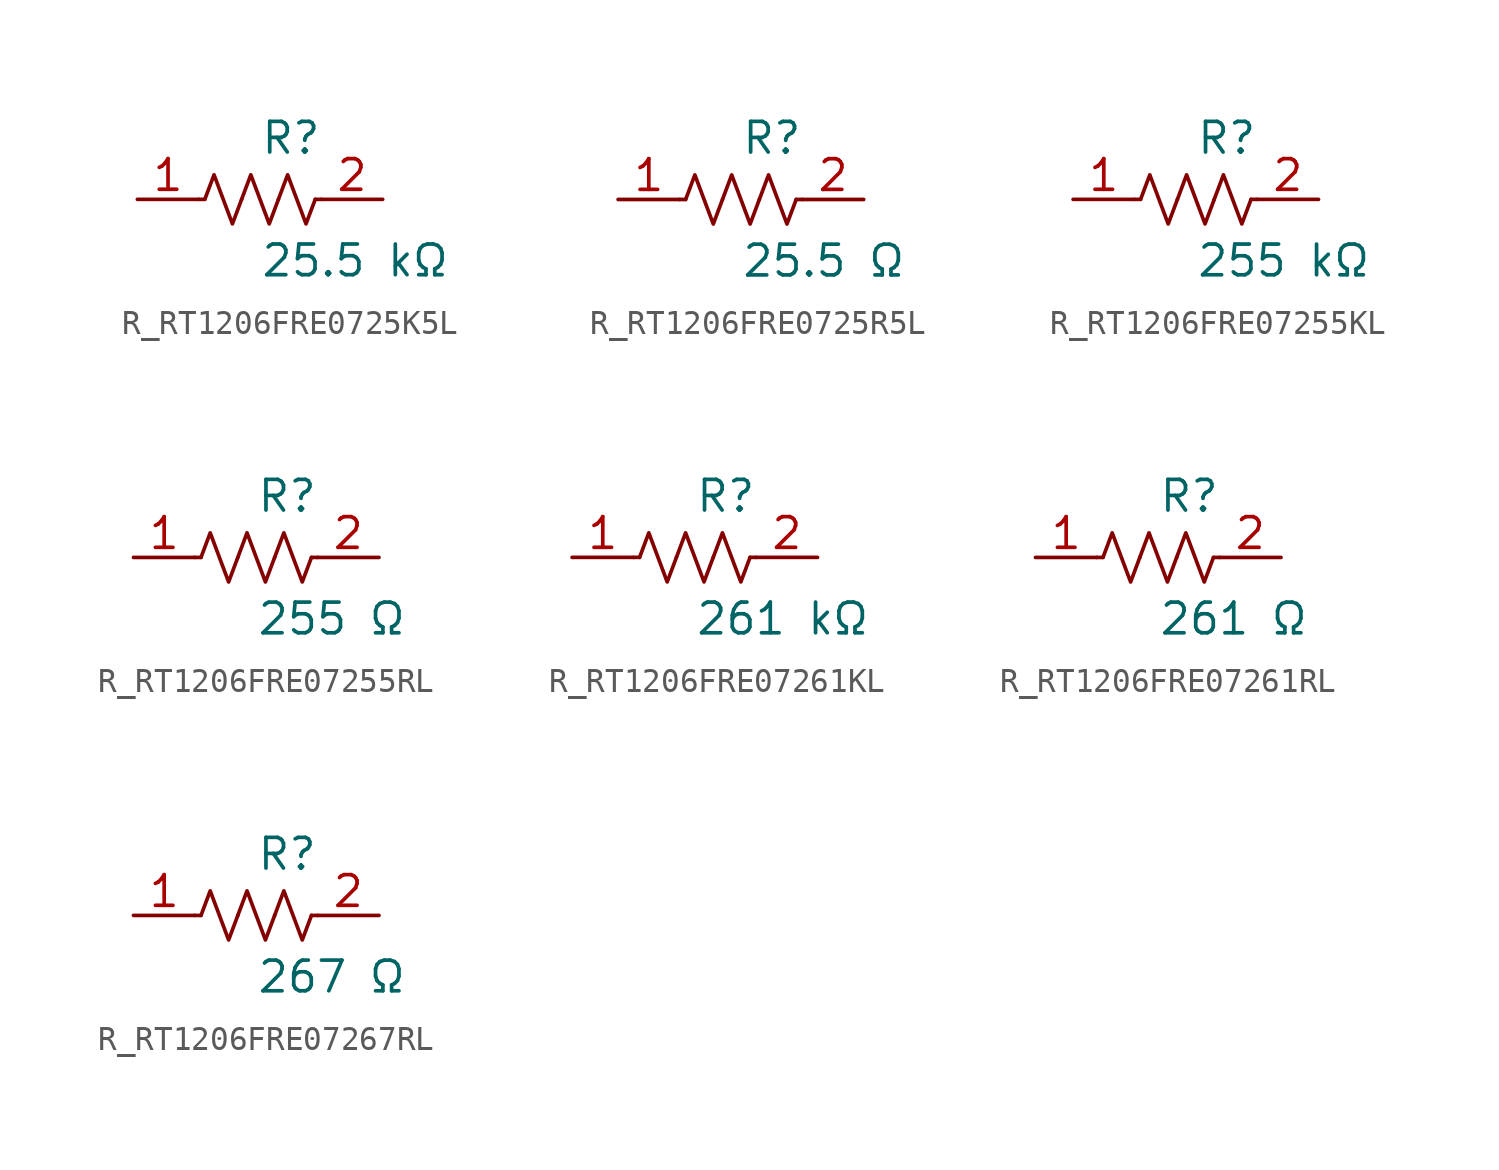
<source format=kicad_sym>
(kicad_symbol_lib
  (version 20231120)
  (generator kicad_symbol_editor)
  (generator_version 8.0)
  (symbol "R_RT1206FRE0725K5L"
    (pin_names
      (offset 0.254))
    (property "Reference" "R"
      (at 0 2.54 0)
      (effects (font (size 1.27 1.27)) (justify left)))
    (property "Value" "25.5 kΩ"
      (at 0 -2.54 0)
      (effects (font (size 1.27 1.27)) (justify left)))
    (symbol "R_RT1206FRE0725K5L_0_1"
      (polyline (pts (xy 2.286 0) (xy 2.54 0)) (stroke (width 0) (type default)) (fill (type none)))
      (polyline (pts (xy -2.286 0) (xy -2.54 0)) (stroke (width 0) (type default)) (fill (type none)))
      (polyline (pts (xy 0.762 0) (xy 1.143 1.016) (xy 1.524 0) (xy 1.905 -1.016) (xy 2.286 0)) (stroke (width 0) (type default)) (fill (type none)))
      (polyline (pts (xy -0.762 0) (xy -0.381 1.016) (xy 0 0) (xy 0.381 -1.016) (xy 0.762 0)) (stroke (width 0) (type default)) (fill (type none)))
      (polyline (pts (xy -2.286 0) (xy -1.905 1.016) (xy -1.524 0) (xy -1.143 -1.016) (xy -0.762 0)) (stroke (width 0) (type default)) (fill (type none))))
    (pin unspecified line
      (at -5.08 0 0)
      (length 2.54)
      (name "" (effects (font (size 1.27 1.27))))
      (number "1" (effects (font (size 1.27 1.27)))))
    (pin unspecified line
      (at 5.08 0 180)
      (length 2.54)
      (name "" (effects (font (size 1.27 1.27))))
      (number "2" (effects (font (size 1.27 1.27))))))
  (symbol "R_RT1206FRE0725R5L"
    (pin_names
      (offset 0.254))
    (property "Reference" "R"
      (at 0 2.54 0)
      (effects (font (size 1.27 1.27)) (justify left)))
    (property "Value" "25.5 Ω"
      (at 0 -2.54 0)
      (effects (font (size 1.27 1.27)) (justify left)))
    (symbol "R_RT1206FRE0725R5L_0_1"
      (polyline (pts (xy 2.286 0) (xy 2.54 0)) (stroke (width 0) (type default)) (fill (type none)))
      (polyline (pts (xy -2.286 0) (xy -2.54 0)) (stroke (width 0) (type default)) (fill (type none)))
      (polyline (pts (xy 0.762 0) (xy 1.143 1.016) (xy 1.524 0) (xy 1.905 -1.016) (xy 2.286 0)) (stroke (width 0) (type default)) (fill (type none)))
      (polyline (pts (xy -0.762 0) (xy -0.381 1.016) (xy 0 0) (xy 0.381 -1.016) (xy 0.762 0)) (stroke (width 0) (type default)) (fill (type none)))
      (polyline (pts (xy -2.286 0) (xy -1.905 1.016) (xy -1.524 0) (xy -1.143 -1.016) (xy -0.762 0)) (stroke (width 0) (type default)) (fill (type none))))
    (pin unspecified line
      (at -5.08 0 0)
      (length 2.54)
      (name "" (effects (font (size 1.27 1.27))))
      (number "1" (effects (font (size 1.27 1.27)))))
    (pin unspecified line
      (at 5.08 0 180)
      (length 2.54)
      (name "" (effects (font (size 1.27 1.27))))
      (number "2" (effects (font (size 1.27 1.27))))))
  (symbol "R_RT1206FRE07255KL"
    (pin_names
      (offset 0.254))
    (property "Reference" "R"
      (at 0 2.54 0)
      (effects (font (size 1.27 1.27)) (justify left)))
    (property "Value" "255 kΩ"
      (at 0 -2.54 0)
      (effects (font (size 1.27 1.27)) (justify left)))
    (symbol "R_RT1206FRE07255KL_0_1"
      (polyline (pts (xy 2.286 0) (xy 2.54 0)) (stroke (width 0) (type default)) (fill (type none)))
      (polyline (pts (xy -2.286 0) (xy -2.54 0)) (stroke (width 0) (type default)) (fill (type none)))
      (polyline (pts (xy 0.762 0) (xy 1.143 1.016) (xy 1.524 0) (xy 1.905 -1.016) (xy 2.286 0)) (stroke (width 0) (type default)) (fill (type none)))
      (polyline (pts (xy -0.762 0) (xy -0.381 1.016) (xy 0 0) (xy 0.381 -1.016) (xy 0.762 0)) (stroke (width 0) (type default)) (fill (type none)))
      (polyline (pts (xy -2.286 0) (xy -1.905 1.016) (xy -1.524 0) (xy -1.143 -1.016) (xy -0.762 0)) (stroke (width 0) (type default)) (fill (type none))))
    (pin unspecified line
      (at -5.08 0 0)
      (length 2.54)
      (name "" (effects (font (size 1.27 1.27))))
      (number "1" (effects (font (size 1.27 1.27)))))
    (pin unspecified line
      (at 5.08 0 180)
      (length 2.54)
      (name "" (effects (font (size 1.27 1.27))))
      (number "2" (effects (font (size 1.27 1.27))))))
  (symbol "R_RT1206FRE07255RL"
    (pin_names
      (offset 0.254))
    (property "Reference" "R"
      (at 0 2.54 0)
      (effects (font (size 1.27 1.27)) (justify left)))
    (property "Value" "255 Ω"
      (at 0 -2.54 0)
      (effects (font (size 1.27 1.27)) (justify left)))
    (symbol "R_RT1206FRE07255RL_0_1"
      (polyline (pts (xy 2.286 0) (xy 2.54 0)) (stroke (width 0) (type default)) (fill (type none)))
      (polyline (pts (xy -2.286 0) (xy -2.54 0)) (stroke (width 0) (type default)) (fill (type none)))
      (polyline (pts (xy 0.762 0) (xy 1.143 1.016) (xy 1.524 0) (xy 1.905 -1.016) (xy 2.286 0)) (stroke (width 0) (type default)) (fill (type none)))
      (polyline (pts (xy -0.762 0) (xy -0.381 1.016) (xy 0 0) (xy 0.381 -1.016) (xy 0.762 0)) (stroke (width 0) (type default)) (fill (type none)))
      (polyline (pts (xy -2.286 0) (xy -1.905 1.016) (xy -1.524 0) (xy -1.143 -1.016) (xy -0.762 0)) (stroke (width 0) (type default)) (fill (type none))))
    (pin unspecified line
      (at -5.08 0 0)
      (length 2.54)
      (name "" (effects (font (size 1.27 1.27))))
      (number "1" (effects (font (size 1.27 1.27)))))
    (pin unspecified line
      (at 5.08 0 180)
      (length 2.54)
      (name "" (effects (font (size 1.27 1.27))))
      (number "2" (effects (font (size 1.27 1.27))))))
  (symbol "R_RT1206FRE07261KL"
    (pin_names
      (offset 0.254))
    (property "Reference" "R"
      (at 0 2.54 0)
      (effects (font (size 1.27 1.27)) (justify left)))
    (property "Value" "261 kΩ"
      (at 0 -2.54 0)
      (effects (font (size 1.27 1.27)) (justify left)))
    (symbol "R_RT1206FRE07261KL_0_1"
      (polyline (pts (xy 2.286 0) (xy 2.54 0)) (stroke (width 0) (type default)) (fill (type none)))
      (polyline (pts (xy -2.286 0) (xy -2.54 0)) (stroke (width 0) (type default)) (fill (type none)))
      (polyline (pts (xy 0.762 0) (xy 1.143 1.016) (xy 1.524 0) (xy 1.905 -1.016) (xy 2.286 0)) (stroke (width 0) (type default)) (fill (type none)))
      (polyline (pts (xy -0.762 0) (xy -0.381 1.016) (xy 0 0) (xy 0.381 -1.016) (xy 0.762 0)) (stroke (width 0) (type default)) (fill (type none)))
      (polyline (pts (xy -2.286 0) (xy -1.905 1.016) (xy -1.524 0) (xy -1.143 -1.016) (xy -0.762 0)) (stroke (width 0) (type default)) (fill (type none))))
    (pin unspecified line
      (at -5.08 0 0)
      (length 2.54)
      (name "" (effects (font (size 1.27 1.27))))
      (number "1" (effects (font (size 1.27 1.27)))))
    (pin unspecified line
      (at 5.08 0 180)
      (length 2.54)
      (name "" (effects (font (size 1.27 1.27))))
      (number "2" (effects (font (size 1.27 1.27))))))
  (symbol "R_RT1206FRE07261RL"
    (pin_names
      (offset 0.254))
    (property "Reference" "R"
      (at 0 2.54 0)
      (effects (font (size 1.27 1.27)) (justify left)))
    (property "Value" "261 Ω"
      (at 0 -2.54 0)
      (effects (font (size 1.27 1.27)) (justify left)))
    (symbol "R_RT1206FRE07261RL_0_1"
      (polyline (pts (xy 2.286 0) (xy 2.54 0)) (stroke (width 0) (type default)) (fill (type none)))
      (polyline (pts (xy -2.286 0) (xy -2.54 0)) (stroke (width 0) (type default)) (fill (type none)))
      (polyline (pts (xy 0.762 0) (xy 1.143 1.016) (xy 1.524 0) (xy 1.905 -1.016) (xy 2.286 0)) (stroke (width 0) (type default)) (fill (type none)))
      (polyline (pts (xy -0.762 0) (xy -0.381 1.016) (xy 0 0) (xy 0.381 -1.016) (xy 0.762 0)) (stroke (width 0) (type default)) (fill (type none)))
      (polyline (pts (xy -2.286 0) (xy -1.905 1.016) (xy -1.524 0) (xy -1.143 -1.016) (xy -0.762 0)) (stroke (width 0) (type default)) (fill (type none))))
    (pin unspecified line
      (at -5.08 0 0)
      (length 2.54)
      (name "" (effects (font (size 1.27 1.27))))
      (number "1" (effects (font (size 1.27 1.27)))))
    (pin unspecified line
      (at 5.08 0 180)
      (length 2.54)
      (name "" (effects (font (size 1.27 1.27))))
      (number "2" (effects (font (size 1.27 1.27))))))
  (symbol "R_RT1206FRE07267RL"
    (pin_names
      (offset 0.254))
    (property "Reference" "R"
      (at 0 2.54 0)
      (effects (font (size 1.27 1.27)) (justify left)))
    (property "Value" "267 Ω"
      (at 0 -2.54 0)
      (effects (font (size 1.27 1.27)) (justify left)))
    (symbol "R_RT1206FRE07267RL_0_1"
      (polyline (pts (xy 2.286 0) (xy 2.54 0)) (stroke (width 0) (type default)) (fill (type none)))
      (polyline (pts (xy -2.286 0) (xy -2.54 0)) (stroke (width 0) (type default)) (fill (type none)))
      (polyline (pts (xy 0.762 0) (xy 1.143 1.016) (xy 1.524 0) (xy 1.905 -1.016) (xy 2.286 0)) (stroke (width 0) (type default)) (fill (type none)))
      (polyline (pts (xy -0.762 0) (xy -0.381 1.016) (xy 0 0) (xy 0.381 -1.016) (xy 0.762 0)) (stroke (width 0) (type default)) (fill (type none)))
      (polyline (pts (xy -2.286 0) (xy -1.905 1.016) (xy -1.524 0) (xy -1.143 -1.016) (xy -0.762 0)) (stroke (width 0) (type default)) (fill (type none))))
    (pin unspecified line
      (at -5.08 0 0)
      (length 2.54)
      (name "" (effects (font (size 1.27 1.27))))
      (number "1" (effects (font (size 1.27 1.27)))))
    (pin unspecified line
      (at 5.08 0 180)
      (length 2.54)
      (name "" (effects (font (size 1.27 1.27))))
      (number "2" (effects (font (size 1.27 1.27)))))))
</source>
